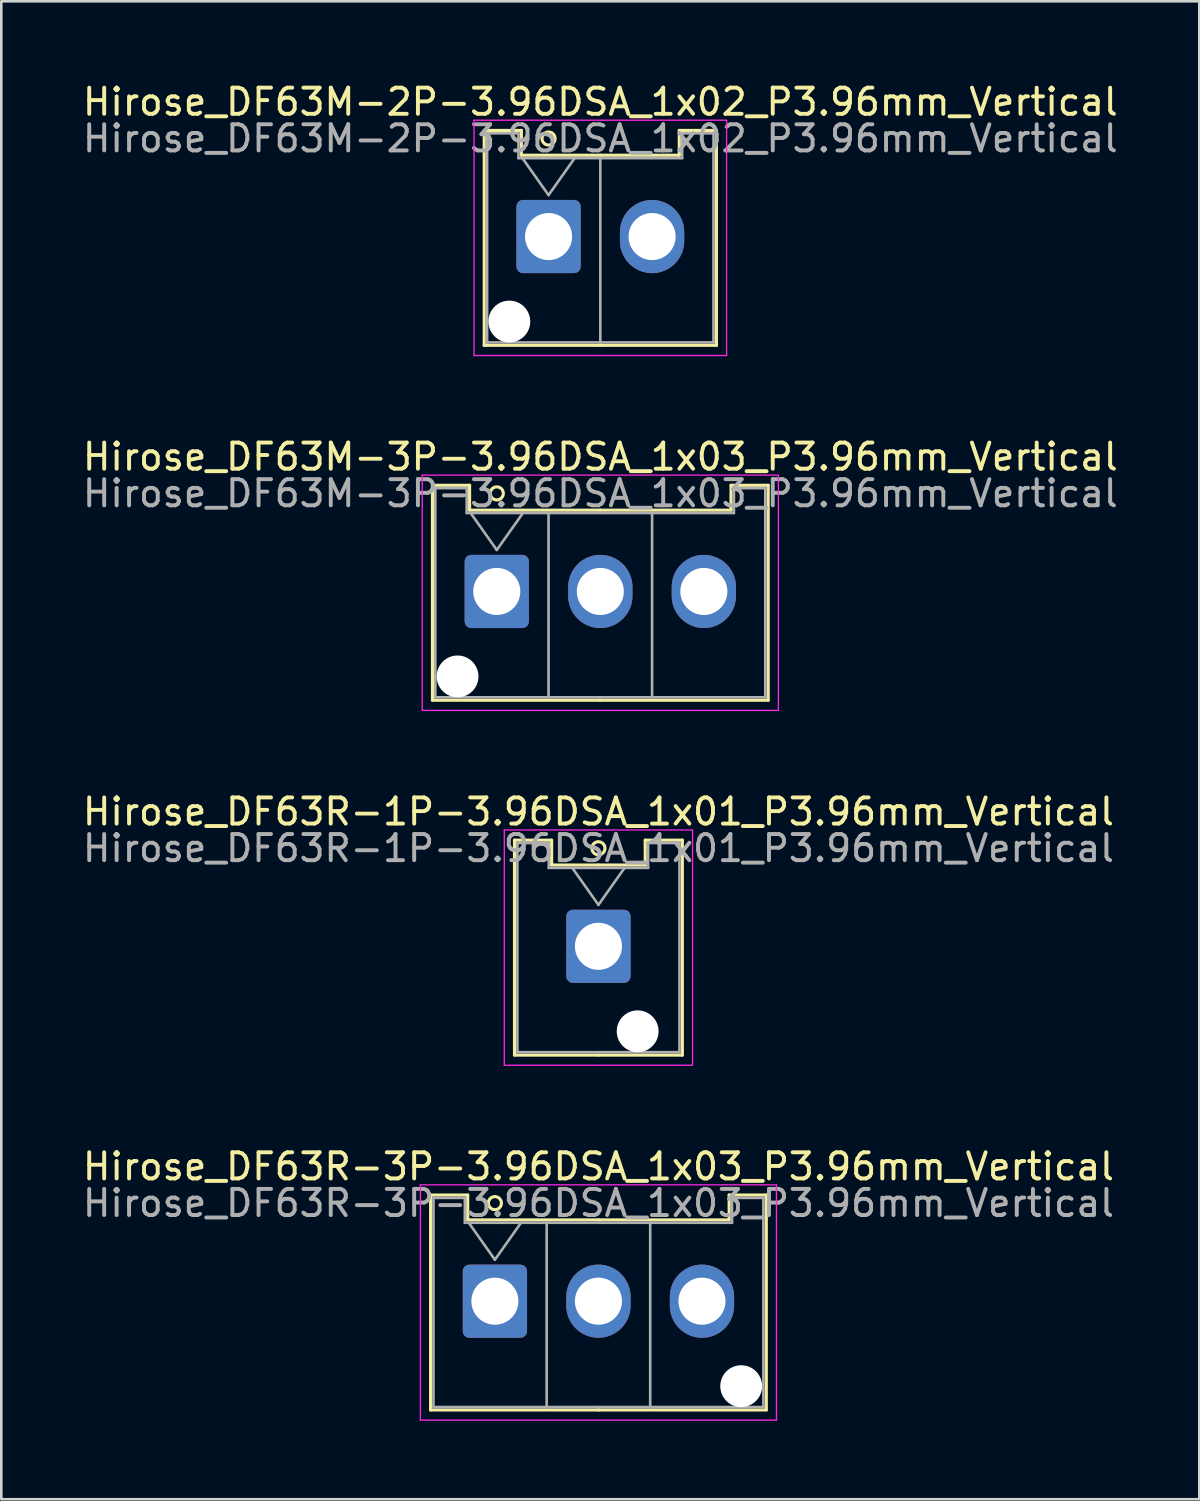
<source format=kicad_pcb>
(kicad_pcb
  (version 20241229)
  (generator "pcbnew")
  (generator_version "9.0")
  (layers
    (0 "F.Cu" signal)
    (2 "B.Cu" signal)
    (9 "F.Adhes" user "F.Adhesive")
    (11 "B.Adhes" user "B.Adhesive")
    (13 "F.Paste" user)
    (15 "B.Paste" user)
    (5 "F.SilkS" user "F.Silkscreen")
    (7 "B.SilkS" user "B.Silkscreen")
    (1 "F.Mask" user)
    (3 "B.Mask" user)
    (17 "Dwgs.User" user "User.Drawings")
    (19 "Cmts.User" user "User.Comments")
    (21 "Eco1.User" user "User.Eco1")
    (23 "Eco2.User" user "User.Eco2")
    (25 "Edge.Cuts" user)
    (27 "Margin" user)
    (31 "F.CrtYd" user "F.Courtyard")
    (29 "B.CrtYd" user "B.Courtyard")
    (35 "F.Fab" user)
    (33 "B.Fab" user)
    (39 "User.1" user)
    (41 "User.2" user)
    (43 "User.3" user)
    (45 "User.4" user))
  (footprint "Hirose_DF63M-2P-3.96DSA_1x02_P3.96mm_Vertical"
    (layer "F.Cu")
    (at 17.931 5.998)
    (property "Reference" "Hirose_DF63M-2P-3.96DSA_1x02_P3.96mm_Vertical" (at 1.98 -5.15 0) (layer "F.SilkS") (effects (font (size 1 1) (thickness 0.15))))
    (attr through_hole)
    (fp_line (start -2.46 -4.06) (end -1.04 -4.06) (stroke (width 0.12) (type solid)) (layer "F.SilkS"))
    (fp_line (start -2.46 4.16) (end -2.46 -4.06) (stroke (width 0.12) (type solid)) (layer "F.SilkS"))
    (fp_line (start -1.04 -4.06) (end -1.04 -3.11) (stroke (width 0.12) (type solid)) (layer "F.SilkS"))
    (fp_line (start -1.04 -3.11) (end 1.98 -3.11) (stroke (width 0.12) (type solid)) (layer "F.SilkS"))
    (fp_line (start 1.98 4.16) (end -2.46 4.16) (stroke (width 0.12) (type solid)) (layer "F.SilkS"))
    (fp_line (start 1.98 4.16) (end 6.42 4.16) (stroke (width 0.12) (type solid)) (layer "F.SilkS"))
    (fp_line (start 5 -4.06) (end 5 -3.11) (stroke (width 0.12) (type solid)) (layer "F.SilkS"))
    (fp_line (start 5 -3.11) (end 1.98 -3.11) (stroke (width 0.12) (type solid)) (layer "F.SilkS"))
    (fp_line (start 6.42 -4.06) (end 5 -4.06) (stroke (width 0.12) (type solid)) (layer "F.SilkS"))
    (fp_line (start 6.42 4.16) (end 6.42 -4.06) (stroke (width 0.12) (type solid)) (layer "F.SilkS"))
    (fp_circle (center 0 -3.75) (end 0.25 -3.75) (stroke (width 0.12) (type solid)) (fill no) (layer "F.SilkS"))
    (fp_line (start -2.85 -4.45) (end -2.85 4.55) (stroke (width 0.05) (type solid)) (layer "F.CrtYd"))
    (fp_line (start -2.85 4.55) (end 6.81 4.55) (stroke (width 0.05) (type solid)) (layer "F.CrtYd"))
    (fp_line (start 6.81 -4.45) (end -2.85 -4.45) (stroke (width 0.05) (type solid)) (layer "F.CrtYd"))
    (fp_line (start 6.81 4.55) (end 6.81 -4.45) (stroke (width 0.05) (type solid)) (layer "F.CrtYd"))
    (fp_line (start -2.35 -3.95) (end -1.15 -3.95) (stroke (width 0.1) (type solid)) (layer "F.Fab"))
    (fp_line (start -2.35 4.05) (end -2.35 -3.95) (stroke (width 0.1) (type solid)) (layer "F.Fab"))
    (fp_line (start -1.15 -3.95) (end -1.15 -3) (stroke (width 0.1) (type solid)) (layer "F.Fab"))
    (fp_line (start -1.15 -3) (end 1.98 -3) (stroke (width 0.1) (type solid)) (layer "F.Fab"))
    (fp_line (start -1 -3) (end 0 -1.586) (stroke (width 0.1) (type solid)) (layer "F.Fab"))
    (fp_line (start 0 -1.586) (end 1 -3) (stroke (width 0.1) (type solid)) (layer "F.Fab"))
    (fp_line (start 1.98 -3) (end 1.98 4.05) (stroke (width 0.1) (type solid)) (layer "F.Fab"))
    (fp_line (start 1.98 4.05) (end -2.35 4.05) (stroke (width 0.1) (type solid)) (layer "F.Fab"))
    (fp_line (start 1.98 4.05) (end 6.31 4.05) (stroke (width 0.1) (type solid)) (layer "F.Fab"))
    (fp_line (start 5.11 -3.95) (end 5.11 -3) (stroke (width 0.1) (type solid)) (layer "F.Fab"))
    (fp_line (start 5.11 -3) (end 1.98 -3) (stroke (width 0.1) (type solid)) (layer "F.Fab"))
    (fp_line (start 6.31 -3.95) (end 5.11 -3.95) (stroke (width 0.1) (type solid)) (layer "F.Fab"))
    (fp_line (start 6.31 4.05) (end 6.31 -3.95) (stroke (width 0.1) (type solid)) (layer "F.Fab"))
    (fp_text user "${REFERENCE}" (at 1.98 -3.75 0) (layer "F.Fab") (effects (font (size 1 1) (thickness 0.15))))
    (pad "" np_thru_hole circle (at -1.5 3.25) (size 1.6 1.6) (drill 1.6) (layers "*.Cu" "*.Mask"))
    (pad "1" thru_hole roundrect (at 0 0) (size 2.46 2.8) (drill 1.8) (layers "*.Cu" "*.Mask") (roundrect_rratio 0.102))
    (pad "2" thru_hole oval (at 3.96 0) (size 2.46 2.8) (drill 1.8) (layers "*.Cu" "*.Mask")))
  (footprint "Hirose_DF63R-1P-3.96DSA_1x01_P3.96mm_Vertical"
    (layer "F.Cu")
    (at 19.839 33.145)
    (property "Reference" "Hirose_DF63R-1P-3.96DSA_1x01_P3.96mm_Vertical" (at 0 -5.15 0) (layer "F.SilkS") (effects (font (size 1 1) (thickness 0.15))))
    (attr through_hole)
    (fp_line (start -3.21 -4.06) (end -1.79 -4.06) (stroke (width 0.12) (type solid)) (layer "F.SilkS"))
    (fp_line (start -3.21 4.16) (end -3.21 -4.06) (stroke (width 0.12) (type solid)) (layer "F.SilkS"))
    (fp_line (start -1.79 -4.06) (end -1.79 -3.11) (stroke (width 0.12) (type solid)) (layer "F.SilkS"))
    (fp_line (start -1.79 -3.11) (end 0 -3.11) (stroke (width 0.12) (type solid)) (layer "F.SilkS"))
    (fp_line (start 0 4.16) (end -3.21 4.16) (stroke (width 0.12) (type solid)) (layer "F.SilkS"))
    (fp_line (start 0 4.16) (end 3.21 4.16) (stroke (width 0.12) (type solid)) (layer "F.SilkS"))
    (fp_line (start 1.79 -4.06) (end 1.79 -3.11) (stroke (width 0.12) (type solid)) (layer "F.SilkS"))
    (fp_line (start 1.79 -3.11) (end 0 -3.11) (stroke (width 0.12) (type solid)) (layer "F.SilkS"))
    (fp_line (start 3.21 -4.06) (end 1.79 -4.06) (stroke (width 0.12) (type solid)) (layer "F.SilkS"))
    (fp_line (start 3.21 4.16) (end 3.21 -4.06) (stroke (width 0.12) (type solid)) (layer "F.SilkS"))
    (fp_circle (center 0 -3.75) (end 0.25 -3.75) (stroke (width 0.12) (type solid)) (fill no) (layer "F.SilkS"))
    (fp_line (start -3.6 -4.45) (end -3.6 4.55) (stroke (width 0.05) (type solid)) (layer "F.CrtYd"))
    (fp_line (start -3.6 4.55) (end 3.6 4.55) (stroke (width 0.05) (type solid)) (layer "F.CrtYd"))
    (fp_line (start 3.6 -4.45) (end -3.6 -4.45) (stroke (width 0.05) (type solid)) (layer "F.CrtYd"))
    (fp_line (start 3.6 4.55) (end 3.6 -4.45) (stroke (width 0.05) (type solid)) (layer "F.CrtYd"))
    (fp_line (start -3.1 -3.95) (end -1.9 -3.95) (stroke (width 0.1) (type solid)) (layer "F.Fab"))
    (fp_line (start -3.1 4.05) (end -3.1 -3.95) (stroke (width 0.1) (type solid)) (layer "F.Fab"))
    (fp_line (start -1.9 -3.95) (end -1.9 -3) (stroke (width 0.1) (type solid)) (layer "F.Fab"))
    (fp_line (start -1.9 -3) (end 0 -3) (stroke (width 0.1) (type solid)) (layer "F.Fab"))
    (fp_line (start -1 -3) (end 0 -1.586) (stroke (width 0.1) (type solid)) (layer "F.Fab"))
    (fp_line (start 0 -1.586) (end 1 -3) (stroke (width 0.1) (type solid)) (layer "F.Fab"))
    (fp_line (start 0 4.05) (end -3.1 4.05) (stroke (width 0.1) (type solid)) (layer "F.Fab"))
    (fp_line (start 0 4.05) (end 3.1 4.05) (stroke (width 0.1) (type solid)) (layer "F.Fab"))
    (fp_line (start 1.9 -3.95) (end 1.9 -3) (stroke (width 0.1) (type solid)) (layer "F.Fab"))
    (fp_line (start 1.9 -3) (end 0 -3) (stroke (width 0.1) (type solid)) (layer "F.Fab"))
    (fp_line (start 3.1 -3.95) (end 1.9 -3.95) (stroke (width 0.1) (type solid)) (layer "F.Fab"))
    (fp_line (start 3.1 4.05) (end 3.1 -3.95) (stroke (width 0.1) (type solid)) (layer "F.Fab"))
    (fp_text user "${REFERENCE}" (at 0 -3.75 0) (layer "F.Fab") (effects (font (size 1 1) (thickness 0.15))))
    (pad "" np_thru_hole circle (at 1.5 3.25) (size 1.6 1.6) (drill 1.6) (layers "*.Cu" "*.Mask"))
    (pad "1" thru_hole roundrect (at 0 0) (size 2.46 2.8) (drill 1.8) (layers "*.Cu" "*.Mask") (roundrect_rratio 0.102)))
  (footprint "Hirose_DF63M-3P-3.96DSA_1x03_P3.96mm_Vertical"
    (layer "F.Cu")
    (at 15.951 19.572)
    (property "Reference" "Hirose_DF63M-3P-3.96DSA_1x03_P3.96mm_Vertical" (at 3.96 -5.15 0) (layer "F.SilkS") (effects (font (size 1 1) (thickness 0.15))))
    (attr through_hole)
    (fp_line (start -2.46 -4.06) (end -1.04 -4.06) (stroke (width 0.12) (type solid)) (layer "F.SilkS"))
    (fp_line (start -2.46 4.16) (end -2.46 -4.06) (stroke (width 0.12) (type solid)) (layer "F.SilkS"))
    (fp_line (start -1.04 -4.06) (end -1.04 -3.11) (stroke (width 0.12) (type solid)) (layer "F.SilkS"))
    (fp_line (start -1.04 -3.11) (end 3.96 -3.11) (stroke (width 0.12) (type solid)) (layer "F.SilkS"))
    (fp_line (start 3.96 4.16) (end -2.46 4.16) (stroke (width 0.12) (type solid)) (layer "F.SilkS"))
    (fp_line (start 3.96 4.16) (end 10.38 4.16) (stroke (width 0.12) (type solid)) (layer "F.SilkS"))
    (fp_line (start 8.96 -4.06) (end 8.96 -3.11) (stroke (width 0.12) (type solid)) (layer "F.SilkS"))
    (fp_line (start 8.96 -3.11) (end 3.96 -3.11) (stroke (width 0.12) (type solid)) (layer "F.SilkS"))
    (fp_line (start 10.38 -4.06) (end 8.96 -4.06) (stroke (width 0.12) (type solid)) (layer "F.SilkS"))
    (fp_line (start 10.38 4.16) (end 10.38 -4.06) (stroke (width 0.12) (type solid)) (layer "F.SilkS"))
    (fp_circle (center 0 -3.75) (end 0.25 -3.75) (stroke (width 0.12) (type solid)) (fill no) (layer "F.SilkS"))
    (fp_line (start -2.85 -4.45) (end -2.85 4.55) (stroke (width 0.05) (type solid)) (layer "F.CrtYd"))
    (fp_line (start -2.85 4.55) (end 10.77 4.55) (stroke (width 0.05) (type solid)) (layer "F.CrtYd"))
    (fp_line (start 10.77 -4.45) (end -2.85 -4.45) (stroke (width 0.05) (type solid)) (layer "F.CrtYd"))
    (fp_line (start 10.77 4.55) (end 10.77 -4.45) (stroke (width 0.05) (type solid)) (layer "F.CrtYd"))
    (fp_line (start -2.35 -3.95) (end -1.15 -3.95) (stroke (width 0.1) (type solid)) (layer "F.Fab"))
    (fp_line (start -2.35 4.05) (end -2.35 -3.95) (stroke (width 0.1) (type solid)) (layer "F.Fab"))
    (fp_line (start -1.15 -3.95) (end -1.15 -3) (stroke (width 0.1) (type solid)) (layer "F.Fab"))
    (fp_line (start -1.15 -3) (end 3.96 -3) (stroke (width 0.1) (type solid)) (layer "F.Fab"))
    (fp_line (start -1 -3) (end 0 -1.586) (stroke (width 0.1) (type solid)) (layer "F.Fab"))
    (fp_line (start 0 -1.586) (end 1 -3) (stroke (width 0.1) (type solid)) (layer "F.Fab"))
    (fp_line (start 1.98 -3) (end 1.98 4.05) (stroke (width 0.1) (type solid)) (layer "F.Fab"))
    (fp_line (start 3.96 4.05) (end -2.35 4.05) (stroke (width 0.1) (type solid)) (layer "F.Fab"))
    (fp_line (start 3.96 4.05) (end 10.27 4.05) (stroke (width 0.1) (type solid)) (layer "F.Fab"))
    (fp_line (start 5.94 -3) (end 5.94 4.05) (stroke (width 0.1) (type solid)) (layer "F.Fab"))
    (fp_line (start 9.07 -3.95) (end 9.07 -3) (stroke (width 0.1) (type solid)) (layer "F.Fab"))
    (fp_line (start 9.07 -3) (end 3.96 -3) (stroke (width 0.1) (type solid)) (layer "F.Fab"))
    (fp_line (start 10.27 -3.95) (end 9.07 -3.95) (stroke (width 0.1) (type solid)) (layer "F.Fab"))
    (fp_line (start 10.27 4.05) (end 10.27 -3.95) (stroke (width 0.1) (type solid)) (layer "F.Fab"))
    (fp_text user "${REFERENCE}" (at 3.96 -3.75 0) (layer "F.Fab") (effects (font (size 1 1) (thickness 0.15))))
    (pad "" np_thru_hole circle (at -1.5 3.25) (size 1.6 1.6) (drill 1.6) (layers "*.Cu" "*.Mask"))
    (pad "1" thru_hole roundrect (at 0 0) (size 2.46 2.8) (drill 1.8) (layers "*.Cu" "*.Mask") (roundrect_rratio 0.102))
    (pad "2" thru_hole oval (at 3.96 0) (size 2.46 2.8) (drill 1.8) (layers "*.Cu" "*.Mask"))
    (pad "3" thru_hole oval (at 7.92 0) (size 2.46 2.8) (drill 1.8) (layers "*.Cu" "*.Mask")))
  (footprint "Hirose_DF63R-3P-3.96DSA_1x03_P3.96mm_Vertical"
    (layer "F.Cu")
    (at 15.879 46.718)
    (property "Reference" "Hirose_DF63R-3P-3.96DSA_1x03_P3.96mm_Vertical" (at 3.96 -5.15 0) (layer "F.SilkS") (effects (font (size 1 1) (thickness 0.15))))
    (attr through_hole)
    (fp_line (start -2.46 -4.06) (end -1.04 -4.06) (stroke (width 0.12) (type solid)) (layer "F.SilkS"))
    (fp_line (start -2.46 4.16) (end -2.46 -4.06) (stroke (width 0.12) (type solid)) (layer "F.SilkS"))
    (fp_line (start -1.04 -4.06) (end -1.04 -3.11) (stroke (width 0.12) (type solid)) (layer "F.SilkS"))
    (fp_line (start -1.04 -3.11) (end 3.96 -3.11) (stroke (width 0.12) (type solid)) (layer "F.SilkS"))
    (fp_line (start 3.96 4.16) (end -2.46 4.16) (stroke (width 0.12) (type solid)) (layer "F.SilkS"))
    (fp_line (start 3.96 4.16) (end 10.38 4.16) (stroke (width 0.12) (type solid)) (layer "F.SilkS"))
    (fp_line (start 8.96 -4.06) (end 8.96 -3.11) (stroke (width 0.12) (type solid)) (layer "F.SilkS"))
    (fp_line (start 8.96 -3.11) (end 3.96 -3.11) (stroke (width 0.12) (type solid)) (layer "F.SilkS"))
    (fp_line (start 10.38 -4.06) (end 8.96 -4.06) (stroke (width 0.12) (type solid)) (layer "F.SilkS"))
    (fp_line (start 10.38 4.16) (end 10.38 -4.06) (stroke (width 0.12) (type solid)) (layer "F.SilkS"))
    (fp_circle (center 0 -3.75) (end 0.25 -3.75) (stroke (width 0.12) (type solid)) (fill no) (layer "F.SilkS"))
    (fp_line (start -2.85 -4.45) (end -2.85 4.55) (stroke (width 0.05) (type solid)) (layer "F.CrtYd"))
    (fp_line (start -2.85 4.55) (end 10.77 4.55) (stroke (width 0.05) (type solid)) (layer "F.CrtYd"))
    (fp_line (start 10.77 -4.45) (end -2.85 -4.45) (stroke (width 0.05) (type solid)) (layer "F.CrtYd"))
    (fp_line (start 10.77 4.55) (end 10.77 -4.45) (stroke (width 0.05) (type solid)) (layer "F.CrtYd"))
    (fp_line (start -2.35 -3.95) (end -1.15 -3.95) (stroke (width 0.1) (type solid)) (layer "F.Fab"))
    (fp_line (start -2.35 4.05) (end -2.35 -3.95) (stroke (width 0.1) (type solid)) (layer "F.Fab"))
    (fp_line (start -1.15 -3.95) (end -1.15 -3) (stroke (width 0.1) (type solid)) (layer "F.Fab"))
    (fp_line (start -1.15 -3) (end 3.96 -3) (stroke (width 0.1) (type solid)) (layer "F.Fab"))
    (fp_line (start -1 -3) (end 0 -1.586) (stroke (width 0.1) (type solid)) (layer "F.Fab"))
    (fp_line (start 0 -1.586) (end 1 -3) (stroke (width 0.1) (type solid)) (layer "F.Fab"))
    (fp_line (start 1.98 -3) (end 1.98 4.05) (stroke (width 0.1) (type solid)) (layer "F.Fab"))
    (fp_line (start 3.96 4.05) (end -2.35 4.05) (stroke (width 0.1) (type solid)) (layer "F.Fab"))
    (fp_line (start 3.96 4.05) (end 10.27 4.05) (stroke (width 0.1) (type solid)) (layer "F.Fab"))
    (fp_line (start 5.94 -3) (end 5.94 4.05) (stroke (width 0.1) (type solid)) (layer "F.Fab"))
    (fp_line (start 9.07 -3.95) (end 9.07 -3) (stroke (width 0.1) (type solid)) (layer "F.Fab"))
    (fp_line (start 9.07 -3) (end 3.96 -3) (stroke (width 0.1) (type solid)) (layer "F.Fab"))
    (fp_line (start 10.27 -3.95) (end 9.07 -3.95) (stroke (width 0.1) (type solid)) (layer "F.Fab"))
    (fp_line (start 10.27 4.05) (end 10.27 -3.95) (stroke (width 0.1) (type solid)) (layer "F.Fab"))
    (fp_text user "${REFERENCE}" (at 3.96 -3.75 0) (layer "F.Fab") (effects (font (size 1 1) (thickness 0.15))))
    (pad "" np_thru_hole circle (at 9.42 3.25) (size 1.6 1.6) (drill 1.6) (layers "*.Cu" "*.Mask"))
    (pad "1" thru_hole roundrect (at 0 0) (size 2.46 2.8) (drill 1.8) (layers "*.Cu" "*.Mask") (roundrect_rratio 0.102))
    (pad "2" thru_hole oval (at 3.96 0) (size 2.46 2.8) (drill 1.8) (layers "*.Cu" "*.Mask"))
    (pad "3" thru_hole oval (at 7.92 0) (size 2.46 2.8) (drill 1.8) (layers "*.Cu" "*.Mask")))
  (gr_rect
    (start -3 -3)
    (end 42.821 54.293)
    (stroke (width 0.1) (type default))
    (fill no)
    (layer "Edge.Cuts")))
</source>
